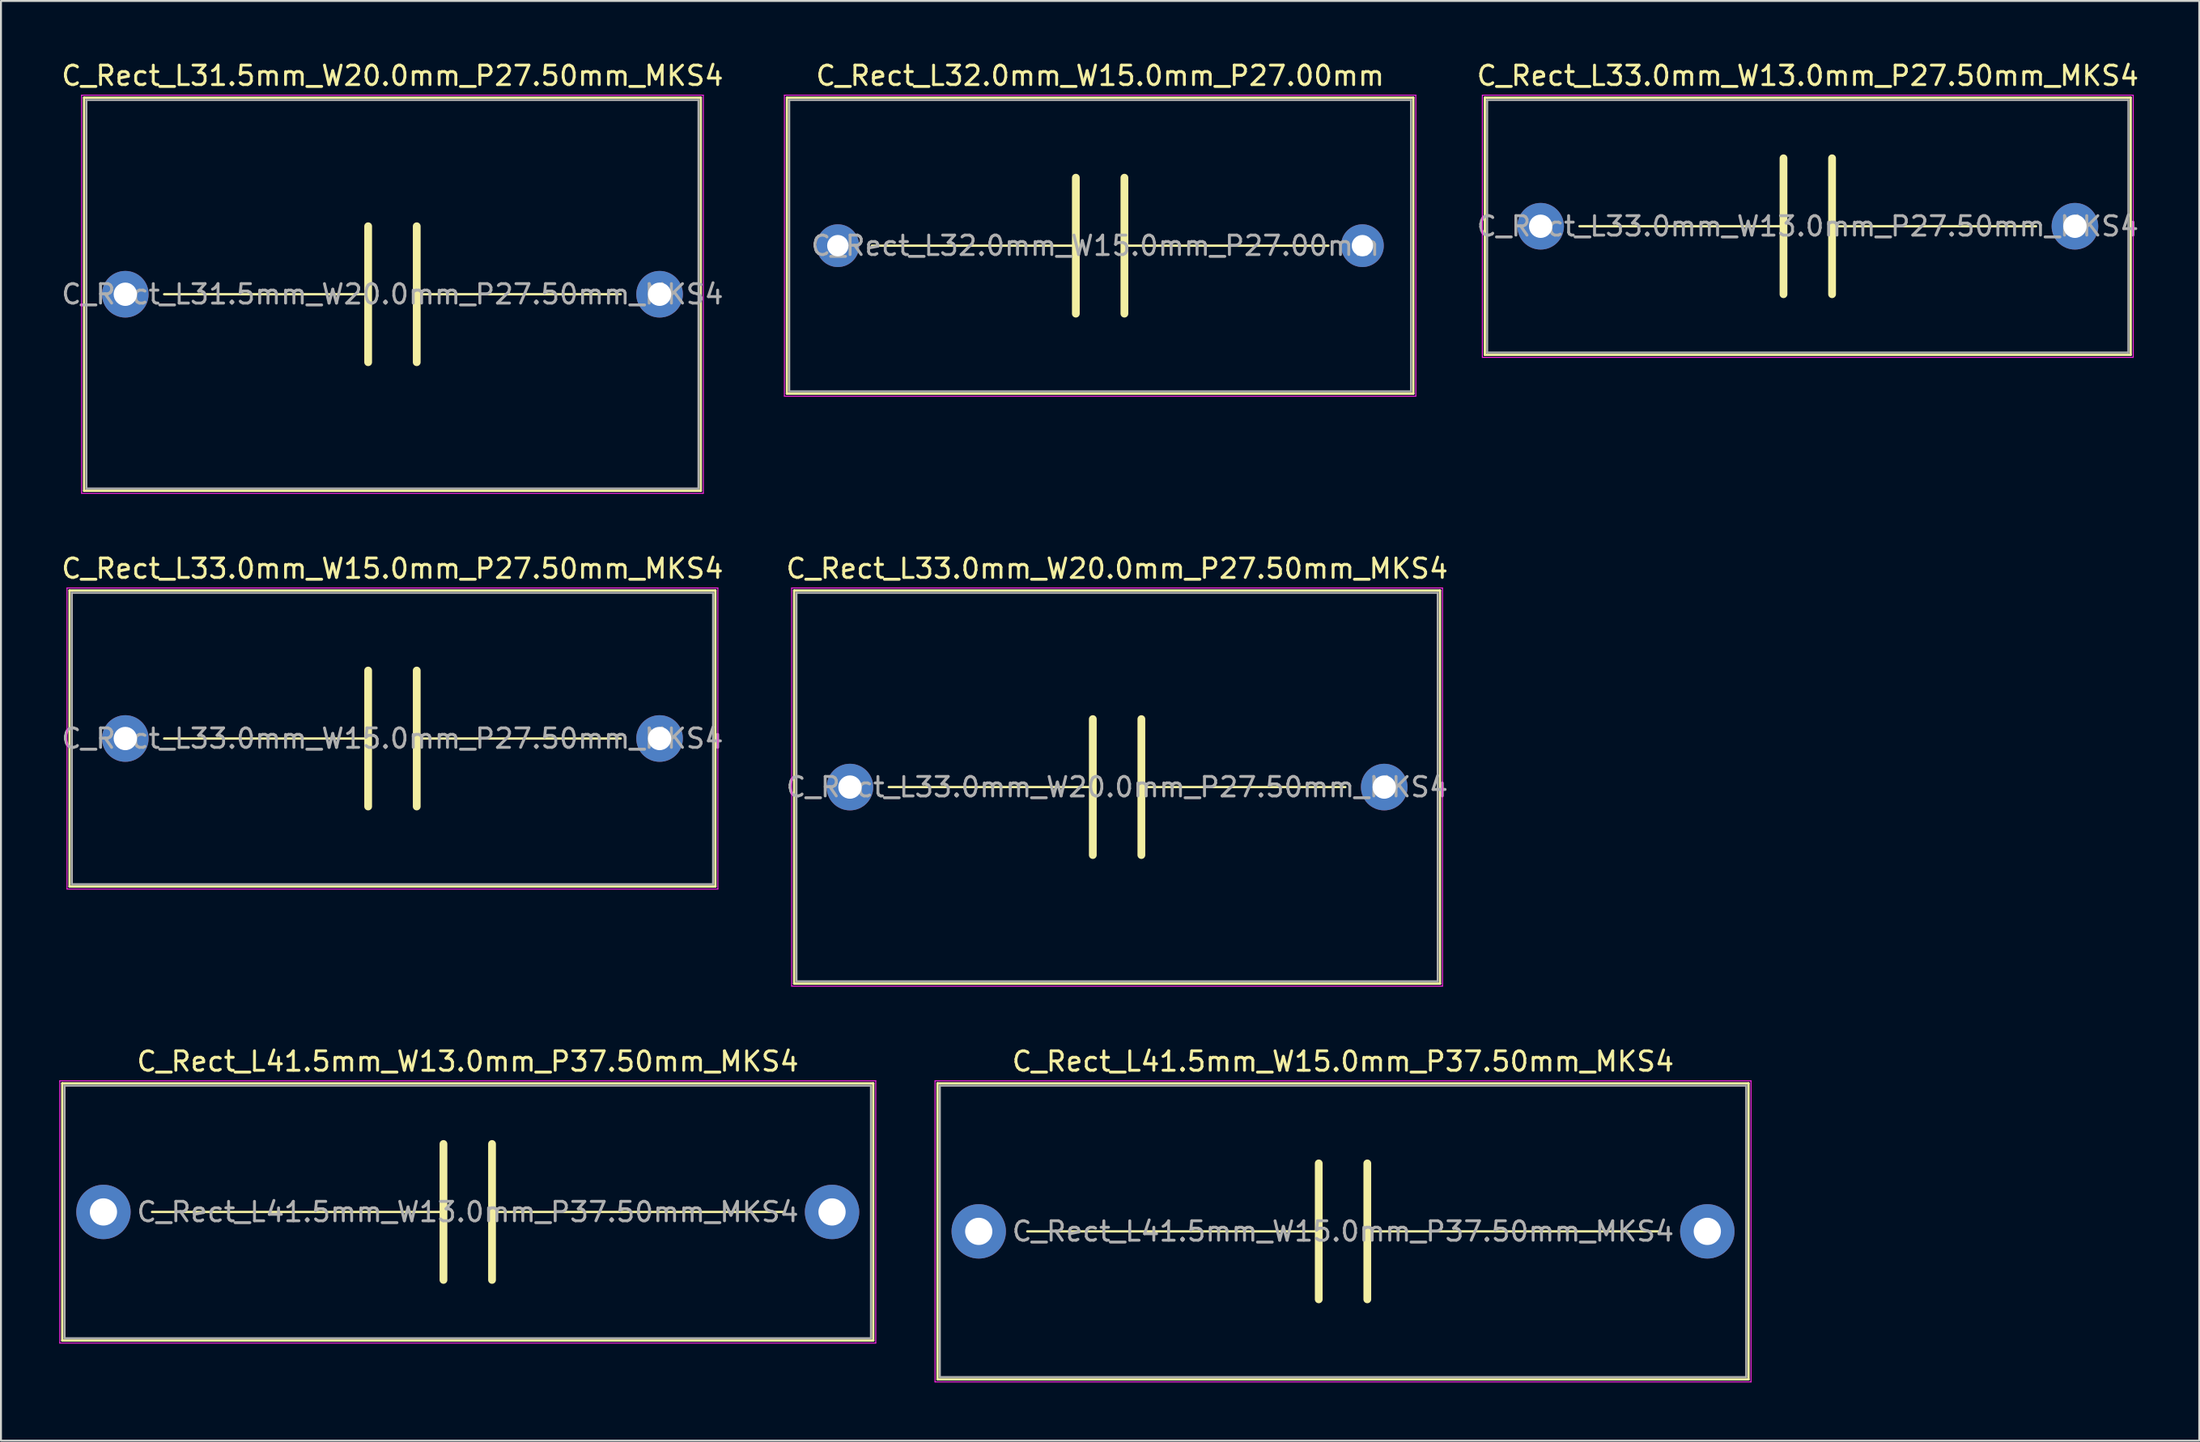
<source format=kicad_pcb>
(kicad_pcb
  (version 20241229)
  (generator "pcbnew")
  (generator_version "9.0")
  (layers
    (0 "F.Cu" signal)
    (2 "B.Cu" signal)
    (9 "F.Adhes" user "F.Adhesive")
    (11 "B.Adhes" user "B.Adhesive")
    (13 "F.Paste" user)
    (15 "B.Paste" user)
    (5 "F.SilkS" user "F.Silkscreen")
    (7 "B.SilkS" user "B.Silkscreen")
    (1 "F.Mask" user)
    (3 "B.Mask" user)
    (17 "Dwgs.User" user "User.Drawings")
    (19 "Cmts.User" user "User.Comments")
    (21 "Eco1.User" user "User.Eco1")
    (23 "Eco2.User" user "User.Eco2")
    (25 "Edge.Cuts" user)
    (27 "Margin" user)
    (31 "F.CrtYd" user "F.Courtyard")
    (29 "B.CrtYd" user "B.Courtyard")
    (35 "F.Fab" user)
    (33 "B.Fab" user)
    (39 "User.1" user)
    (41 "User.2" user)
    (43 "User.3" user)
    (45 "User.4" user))
  (footprint "C_Rect_L32.0mm_W15.0mm_P27.00mm"
    (layer "F.Cu")
    (at 40.073 9.598)
    (property "Reference" "C_Rect_L32.0mm_W15.0mm_P27.00mm" (at 13.5 -8.75 0) (layer "F.SilkS") (effects (font (size 1 1) (thickness 0.15))))
    (fp_line (start -2.62 -7.62) (end -2.62 7.62) (stroke (width 0.12) (type solid)) (layer "F.SilkS"))
    (fp_line (start -2.62 -7.62) (end 29.62 -7.62) (stroke (width 0.12) (type solid)) (layer "F.SilkS"))
    (fp_line (start -2.62 7.62) (end 29.62 7.62) (stroke (width 0.12) (type solid)) (layer "F.SilkS"))
    (fp_line (start 1.75 0) (end 12.25 0) (stroke (width 0.12) (type solid)) (layer "F.SilkS"))
    (fp_line (start 12.25 -3.5) (end 12.25 3.5) (stroke (width 0.4) (type solid)) (layer "F.SilkS"))
    (fp_line (start 14.75 -3.5) (end 14.75 3.5) (stroke (width 0.4) (type solid)) (layer "F.SilkS"))
    (fp_line (start 14.75 0) (end 25.25 0) (stroke (width 0.12) (type solid)) (layer "F.SilkS"))
    (fp_line (start 29.62 -7.62) (end 29.62 7.62) (stroke (width 0.12) (type solid)) (layer "F.SilkS"))
    (fp_line (start -2.75 -7.75) (end -2.75 7.75) (stroke (width 0.05) (type solid)) (layer "F.CrtYd"))
    (fp_line (start -2.75 7.75) (end 29.75 7.75) (stroke (width 0.05) (type solid)) (layer "F.CrtYd"))
    (fp_line (start 29.75 -7.75) (end -2.75 -7.75) (stroke (width 0.05) (type solid)) (layer "F.CrtYd"))
    (fp_line (start 29.75 7.75) (end 29.75 -7.75) (stroke (width 0.05) (type solid)) (layer "F.CrtYd"))
    (fp_line (start -2.5 -7.5) (end -2.5 7.5) (stroke (width 0.1) (type solid)) (layer "F.Fab"))
    (fp_line (start -2.5 7.5) (end 29.5 7.5) (stroke (width 0.1) (type solid)) (layer "F.Fab"))
    (fp_line (start 29.5 -7.5) (end -2.5 -7.5) (stroke (width 0.1) (type solid)) (layer "F.Fab"))
    (fp_line (start 29.5 7.5) (end 29.5 -7.5) (stroke (width 0.1) (type solid)) (layer "F.Fab"))
    (fp_text user "${REFERENCE}" (at 13.25 0 0) (layer "F.Fab") (effects (font (size 1 1) (thickness 0.15))))
    (pad "1" thru_hole circle (at 0 0) (size 2.2 2.2) (drill 1.1) (layers "*.Cu" "*.Mask"))
    (pad "2" thru_hole circle (at 27 0) (size 2.2 2.2) (drill 1.1) (layers "*.Cu" "*.Mask")))
  (footprint "C_Rect_L41.5mm_W13.0mm_P37.50mm_MKS4"
    (layer "F.Cu")
    (at 2.275 59.345)
    (property "Reference" "C_Rect_L41.5mm_W13.0mm_P37.50mm_MKS4" (at 18.75 -7.75 0) (layer "F.SilkS") (effects (font (size 1 1) (thickness 0.15))))
    (attr through_hole)
    (fp_line (start -2.12 -6.62) (end -2.12 6.62) (stroke (width 0.12) (type solid)) (layer "F.SilkS"))
    (fp_line (start -2.12 -6.62) (end 39.62 -6.62) (stroke (width 0.12) (type solid)) (layer "F.SilkS"))
    (fp_line (start -2.12 6.62) (end 39.62 6.62) (stroke (width 0.12) (type solid)) (layer "F.SilkS"))
    (fp_line (start 2.5 0) (end 17.5 0) (stroke (width 0.12) (type solid)) (layer "F.SilkS"))
    (fp_line (start 17.5 -3.5) (end 17.5 3.5) (stroke (width 0.4) (type solid)) (layer "F.SilkS"))
    (fp_line (start 20 -3.5) (end 20 3.5) (stroke (width 0.4) (type solid)) (layer "F.SilkS"))
    (fp_line (start 20 0) (end 35 0) (stroke (width 0.12) (type solid)) (layer "F.SilkS"))
    (fp_line (start 39.62 -6.62) (end 39.62 6.62) (stroke (width 0.12) (type solid)) (layer "F.SilkS"))
    (fp_line (start -2.25 -6.75) (end -2.25 6.75) (stroke (width 0.05) (type solid)) (layer "F.CrtYd"))
    (fp_line (start -2.25 6.75) (end 39.75 6.75) (stroke (width 0.05) (type solid)) (layer "F.CrtYd"))
    (fp_line (start 39.75 -6.75) (end -2.25 -6.75) (stroke (width 0.05) (type solid)) (layer "F.CrtYd"))
    (fp_line (start 39.75 6.75) (end 39.75 -6.75) (stroke (width 0.05) (type solid)) (layer "F.CrtYd"))
    (fp_line (start -2 -6.5) (end -2 6.5) (stroke (width 0.1) (type solid)) (layer "F.Fab"))
    (fp_line (start -2 6.5) (end 39.5 6.5) (stroke (width 0.1) (type solid)) (layer "F.Fab"))
    (fp_line (start 39.5 -6.5) (end -2 -6.5) (stroke (width 0.1) (type solid)) (layer "F.Fab"))
    (fp_line (start 39.5 6.5) (end 39.5 -6.5) (stroke (width 0.1) (type solid)) (layer "F.Fab"))
    (fp_text user "${REFERENCE}" (at 18.75 0 0) (layer "F.Fab") (effects (font (size 1 1) (thickness 0.15))))
    (pad "1" thru_hole circle (at 0 0) (size 2.8 2.8) (drill 1.4) (layers "*.Cu" "*.Mask"))
    (pad "2" thru_hole circle (at 37.5 0) (size 2.8 2.8) (drill 1.4) (layers "*.Cu" "*.Mask")))
  (footprint "C_Rect_L31.5mm_W20.0mm_P27.50mm_MKS4"
    (layer "F.Cu")
    (at 3.399 12.098)
    (property "Reference" "C_Rect_L31.5mm_W20.0mm_P27.50mm_MKS4" (at 13.75 -11.25 0) (layer "F.SilkS") (effects (font (size 1 1) (thickness 0.15))))
    (attr through_hole)
    (fp_line (start -2.12 -10.12) (end -2.12 10.12) (stroke (width 0.12) (type solid)) (layer "F.SilkS"))
    (fp_line (start -2.12 -10.12) (end 29.62 -10.12) (stroke (width 0.12) (type solid)) (layer "F.SilkS"))
    (fp_line (start -2.12 10.12) (end 29.62 10.12) (stroke (width 0.12) (type solid)) (layer "F.SilkS"))
    (fp_line (start 2 0) (end 12.5 0) (stroke (width 0.12) (type solid)) (layer "F.SilkS"))
    (fp_line (start 12.5 -3.5) (end 12.5 3.5) (stroke (width 0.4) (type solid)) (layer "F.SilkS"))
    (fp_line (start 15 -3.5) (end 15 3.5) (stroke (width 0.4) (type solid)) (layer "F.SilkS"))
    (fp_line (start 15 0) (end 25.5 0) (stroke (width 0.12) (type solid)) (layer "F.SilkS"))
    (fp_line (start 29.62 -10.12) (end 29.62 10.12) (stroke (width 0.12) (type solid)) (layer "F.SilkS"))
    (fp_line (start -2.25 -10.25) (end -2.25 10.25) (stroke (width 0.05) (type solid)) (layer "F.CrtYd"))
    (fp_line (start -2.25 10.25) (end 29.75 10.25) (stroke (width 0.05) (type solid)) (layer "F.CrtYd"))
    (fp_line (start 29.75 -10.25) (end -2.25 -10.25) (stroke (width 0.05) (type solid)) (layer "F.CrtYd"))
    (fp_line (start 29.75 10.25) (end 29.75 -10.25) (stroke (width 0.05) (type solid)) (layer "F.CrtYd"))
    (fp_line (start -2 -10) (end -2 10) (stroke (width 0.1) (type solid)) (layer "F.Fab"))
    (fp_line (start -2 10) (end 29.5 10) (stroke (width 0.1) (type solid)) (layer "F.Fab"))
    (fp_line (start 29.5 -10) (end -2 -10) (stroke (width 0.1) (type solid)) (layer "F.Fab"))
    (fp_line (start 29.5 10) (end 29.5 -10) (stroke (width 0.1) (type solid)) (layer "F.Fab"))
    (fp_text user "${REFERENCE}" (at 13.75 0 0) (layer "F.Fab") (effects (font (size 1 1) (thickness 0.15))))
    (pad "1" thru_hole circle (at 0 0) (size 2.4 2.4) (drill 1.2) (layers "*.Cu" "*.Mask"))
    (pad "2" thru_hole circle (at 27.5 0) (size 2.4 2.4) (drill 1.2) (layers "*.Cu" "*.Mask")))
  (footprint "C_Rect_L33.0mm_W13.0mm_P27.50mm_MKS4"
    (layer "F.Cu")
    (at 76.246 8.598)
    (property "Reference" "C_Rect_L33.0mm_W13.0mm_P27.50mm_MKS4" (at 13.75 -7.75 0) (layer "F.SilkS") (effects (font (size 1 1) (thickness 0.15))))
    (attr through_hole)
    (fp_line (start -2.87 -6.62) (end -2.87 6.62) (stroke (width 0.12) (type solid)) (layer "F.SilkS"))
    (fp_line (start -2.87 -6.62) (end 30.37 -6.62) (stroke (width 0.12) (type solid)) (layer "F.SilkS"))
    (fp_line (start -2.87 6.62) (end 30.37 6.62) (stroke (width 0.12) (type solid)) (layer "F.SilkS"))
    (fp_line (start 2 0) (end 12.5 0) (stroke (width 0.12) (type solid)) (layer "F.SilkS"))
    (fp_line (start 12.5 -3.5) (end 12.5 3.5) (stroke (width 0.4) (type solid)) (layer "F.SilkS"))
    (fp_line (start 15 -3.5) (end 15 3.5) (stroke (width 0.4) (type solid)) (layer "F.SilkS"))
    (fp_line (start 15 0) (end 25.5 0) (stroke (width 0.12) (type solid)) (layer "F.SilkS"))
    (fp_line (start 30.37 -6.62) (end 30.37 6.62) (stroke (width 0.12) (type solid)) (layer "F.SilkS"))
    (fp_line (start -3 -6.75) (end -3 6.75) (stroke (width 0.05) (type solid)) (layer "F.CrtYd"))
    (fp_line (start -3 6.75) (end 30.5 6.75) (stroke (width 0.05) (type solid)) (layer "F.CrtYd"))
    (fp_line (start 30.5 -6.75) (end -3 -6.75) (stroke (width 0.05) (type solid)) (layer "F.CrtYd"))
    (fp_line (start 30.5 6.75) (end 30.5 -6.75) (stroke (width 0.05) (type solid)) (layer "F.CrtYd"))
    (fp_line (start -2.75 -6.5) (end -2.75 6.5) (stroke (width 0.1) (type solid)) (layer "F.Fab"))
    (fp_line (start -2.75 6.5) (end 30.25 6.5) (stroke (width 0.1) (type solid)) (layer "F.Fab"))
    (fp_line (start 30.25 -6.5) (end -2.75 -6.5) (stroke (width 0.1) (type solid)) (layer "F.Fab"))
    (fp_line (start 30.25 6.5) (end 30.25 -6.5) (stroke (width 0.1) (type solid)) (layer "F.Fab"))
    (fp_text user "${REFERENCE}" (at 13.75 0 0) (layer "F.Fab") (effects (font (size 1 1) (thickness 0.15))))
    (pad "1" thru_hole circle (at 0 0) (size 2.4 2.4) (drill 1.2) (layers "*.Cu" "*.Mask"))
    (pad "2" thru_hole circle (at 27.5 0) (size 2.4 2.4) (drill 1.2) (layers "*.Cu" "*.Mask")))
  (footprint "C_Rect_L41.5mm_W15.0mm_P37.50mm_MKS4"
    (layer "F.Cu")
    (at 47.325 60.345)
    (property "Reference" "C_Rect_L41.5mm_W15.0mm_P37.50mm_MKS4" (at 18.75 -8.75 0) (layer "F.SilkS") (effects (font (size 1 1) (thickness 0.15))))
    (attr through_hole)
    (fp_line (start -2.12 -7.62) (end -2.12 7.62) (stroke (width 0.12) (type solid)) (layer "F.SilkS"))
    (fp_line (start -2.12 -7.62) (end 39.62 -7.62) (stroke (width 0.12) (type solid)) (layer "F.SilkS"))
    (fp_line (start -2.12 7.62) (end 39.62 7.62) (stroke (width 0.12) (type solid)) (layer "F.SilkS"))
    (fp_line (start 2.5 0) (end 17.5 0) (stroke (width 0.12) (type solid)) (layer "F.SilkS"))
    (fp_line (start 17.5 -3.5) (end 17.5 3.5) (stroke (width 0.4) (type solid)) (layer "F.SilkS"))
    (fp_line (start 20 -3.5) (end 20 3.5) (stroke (width 0.4) (type solid)) (layer "F.SilkS"))
    (fp_line (start 20 0) (end 35 0) (stroke (width 0.12) (type solid)) (layer "F.SilkS"))
    (fp_line (start 39.62 -7.62) (end 39.62 7.62) (stroke (width 0.12) (type solid)) (layer "F.SilkS"))
    (fp_line (start -2.25 -7.75) (end -2.25 7.75) (stroke (width 0.05) (type solid)) (layer "F.CrtYd"))
    (fp_line (start -2.25 7.75) (end 39.75 7.75) (stroke (width 0.05) (type solid)) (layer "F.CrtYd"))
    (fp_line (start 39.75 -7.75) (end -2.25 -7.75) (stroke (width 0.05) (type solid)) (layer "F.CrtYd"))
    (fp_line (start 39.75 7.75) (end 39.75 -7.75) (stroke (width 0.05) (type solid)) (layer "F.CrtYd"))
    (fp_line (start -2 -7.5) (end -2 7.5) (stroke (width 0.1) (type solid)) (layer "F.Fab"))
    (fp_line (start -2 7.5) (end 39.5 7.5) (stroke (width 0.1) (type solid)) (layer "F.Fab"))
    (fp_line (start 39.5 -7.5) (end -2 -7.5) (stroke (width 0.1) (type solid)) (layer "F.Fab"))
    (fp_line (start 39.5 7.5) (end 39.5 -7.5) (stroke (width 0.1) (type solid)) (layer "F.Fab"))
    (fp_text user "${REFERENCE}" (at 18.75 0 0) (layer "F.Fab") (effects (font (size 1 1) (thickness 0.15))))
    (pad "1" thru_hole circle (at 0 0) (size 2.8 2.8) (drill 1.4) (layers "*.Cu" "*.Mask"))
    (pad "2" thru_hole circle (at 37.5 0) (size 2.8 2.8) (drill 1.4) (layers "*.Cu" "*.Mask")))
  (footprint "C_Rect_L33.0mm_W20.0mm_P27.50mm_MKS4"
    (layer "F.Cu")
    (at 40.696 37.471)
    (property "Reference" "C_Rect_L33.0mm_W20.0mm_P27.50mm_MKS4" (at 13.75 -11.25 0) (layer "F.SilkS") (effects (font (size 1 1) (thickness 0.15))))
    (attr through_hole)
    (fp_line (start -2.87 -10.12) (end -2.87 10.12) (stroke (width 0.12) (type solid)) (layer "F.SilkS"))
    (fp_line (start -2.87 -10.12) (end 30.37 -10.12) (stroke (width 0.12) (type solid)) (layer "F.SilkS"))
    (fp_line (start -2.87 10.12) (end 30.37 10.12) (stroke (width 0.12) (type solid)) (layer "F.SilkS"))
    (fp_line (start 2 0) (end 12.5 0) (stroke (width 0.12) (type solid)) (layer "F.SilkS"))
    (fp_line (start 12.5 -3.5) (end 12.5 3.5) (stroke (width 0.4) (type solid)) (layer "F.SilkS"))
    (fp_line (start 15 -3.5) (end 15 3.5) (stroke (width 0.4) (type solid)) (layer "F.SilkS"))
    (fp_line (start 15 0) (end 25.5 0) (stroke (width 0.12) (type solid)) (layer "F.SilkS"))
    (fp_line (start 30.37 -10.12) (end 30.37 10.12) (stroke (width 0.12) (type solid)) (layer "F.SilkS"))
    (fp_line (start -3 -10.25) (end -3 10.25) (stroke (width 0.05) (type solid)) (layer "F.CrtYd"))
    (fp_line (start -3 10.25) (end 30.5 10.25) (stroke (width 0.05) (type solid)) (layer "F.CrtYd"))
    (fp_line (start 30.5 -10.25) (end -3 -10.25) (stroke (width 0.05) (type solid)) (layer "F.CrtYd"))
    (fp_line (start 30.5 10.25) (end 30.5 -10.25) (stroke (width 0.05) (type solid)) (layer "F.CrtYd"))
    (fp_line (start -2.75 -10) (end -2.75 10) (stroke (width 0.1) (type solid)) (layer "F.Fab"))
    (fp_line (start -2.75 10) (end 30.25 10) (stroke (width 0.1) (type solid)) (layer "F.Fab"))
    (fp_line (start 30.25 -10) (end -2.75 -10) (stroke (width 0.1) (type solid)) (layer "F.Fab"))
    (fp_line (start 30.25 10) (end 30.25 -10) (stroke (width 0.1) (type solid)) (layer "F.Fab"))
    (fp_text user "${REFERENCE}" (at 13.75 0 0) (layer "F.Fab") (effects (font (size 1 1) (thickness 0.15))))
    (pad "1" thru_hole circle (at 0 0) (size 2.4 2.4) (drill 1.2) (layers "*.Cu" "*.Mask"))
    (pad "2" thru_hole circle (at 27.5 0) (size 2.4 2.4) (drill 1.2) (layers "*.Cu" "*.Mask")))
  (footprint "C_Rect_L33.0mm_W15.0mm_P27.50mm_MKS4"
    (layer "F.Cu")
    (at 3.399 34.971)
    (property "Reference" "C_Rect_L33.0mm_W15.0mm_P27.50mm_MKS4" (at 13.75 -8.75 0) (layer "F.SilkS") (effects (font (size 1 1) (thickness 0.15))))
    (attr through_hole)
    (fp_line (start -2.87 -7.62) (end -2.87 7.62) (stroke (width 0.12) (type solid)) (layer "F.SilkS"))
    (fp_line (start -2.87 -7.62) (end 30.37 -7.62) (stroke (width 0.12) (type solid)) (layer "F.SilkS"))
    (fp_line (start -2.87 7.62) (end 30.37 7.62) (stroke (width 0.12) (type solid)) (layer "F.SilkS"))
    (fp_line (start 2 0) (end 12.5 0) (stroke (width 0.12) (type solid)) (layer "F.SilkS"))
    (fp_line (start 12.5 -3.5) (end 12.5 3.5) (stroke (width 0.4) (type solid)) (layer "F.SilkS"))
    (fp_line (start 15 -3.5) (end 15 3.5) (stroke (width 0.4) (type solid)) (layer "F.SilkS"))
    (fp_line (start 15 0) (end 25.5 0) (stroke (width 0.12) (type solid)) (layer "F.SilkS"))
    (fp_line (start 30.37 -7.62) (end 30.37 7.62) (stroke (width 0.12) (type solid)) (layer "F.SilkS"))
    (fp_line (start -3 -7.75) (end -3 7.75) (stroke (width 0.05) (type solid)) (layer "F.CrtYd"))
    (fp_line (start -3 7.75) (end 30.5 7.75) (stroke (width 0.05) (type solid)) (layer "F.CrtYd"))
    (fp_line (start 30.5 -7.75) (end -3 -7.75) (stroke (width 0.05) (type solid)) (layer "F.CrtYd"))
    (fp_line (start 30.5 7.75) (end 30.5 -7.75) (stroke (width 0.05) (type solid)) (layer "F.CrtYd"))
    (fp_line (start -2.75 -7.5) (end -2.75 7.5) (stroke (width 0.1) (type solid)) (layer "F.Fab"))
    (fp_line (start -2.75 7.5) (end 30.25 7.5) (stroke (width 0.1) (type solid)) (layer "F.Fab"))
    (fp_line (start 30.25 -7.5) (end -2.75 -7.5) (stroke (width 0.1) (type solid)) (layer "F.Fab"))
    (fp_line (start 30.25 7.5) (end 30.25 -7.5) (stroke (width 0.1) (type solid)) (layer "F.Fab"))
    (fp_text user "${REFERENCE}" (at 13.75 0 0) (layer "F.Fab") (effects (font (size 1 1) (thickness 0.15))))
    (pad "1" thru_hole circle (at 0 0) (size 2.4 2.4) (drill 1.2) (layers "*.Cu" "*.Mask"))
    (pad "2" thru_hole circle (at 27.5 0) (size 2.4 2.4) (drill 1.2) (layers "*.Cu" "*.Mask")))
  (gr_rect
    (start -3 -3)
    (end 110.145 71.12)
    (stroke (width 0.1) (type default))
    (fill no)
    (layer "Edge.Cuts")))
</source>
